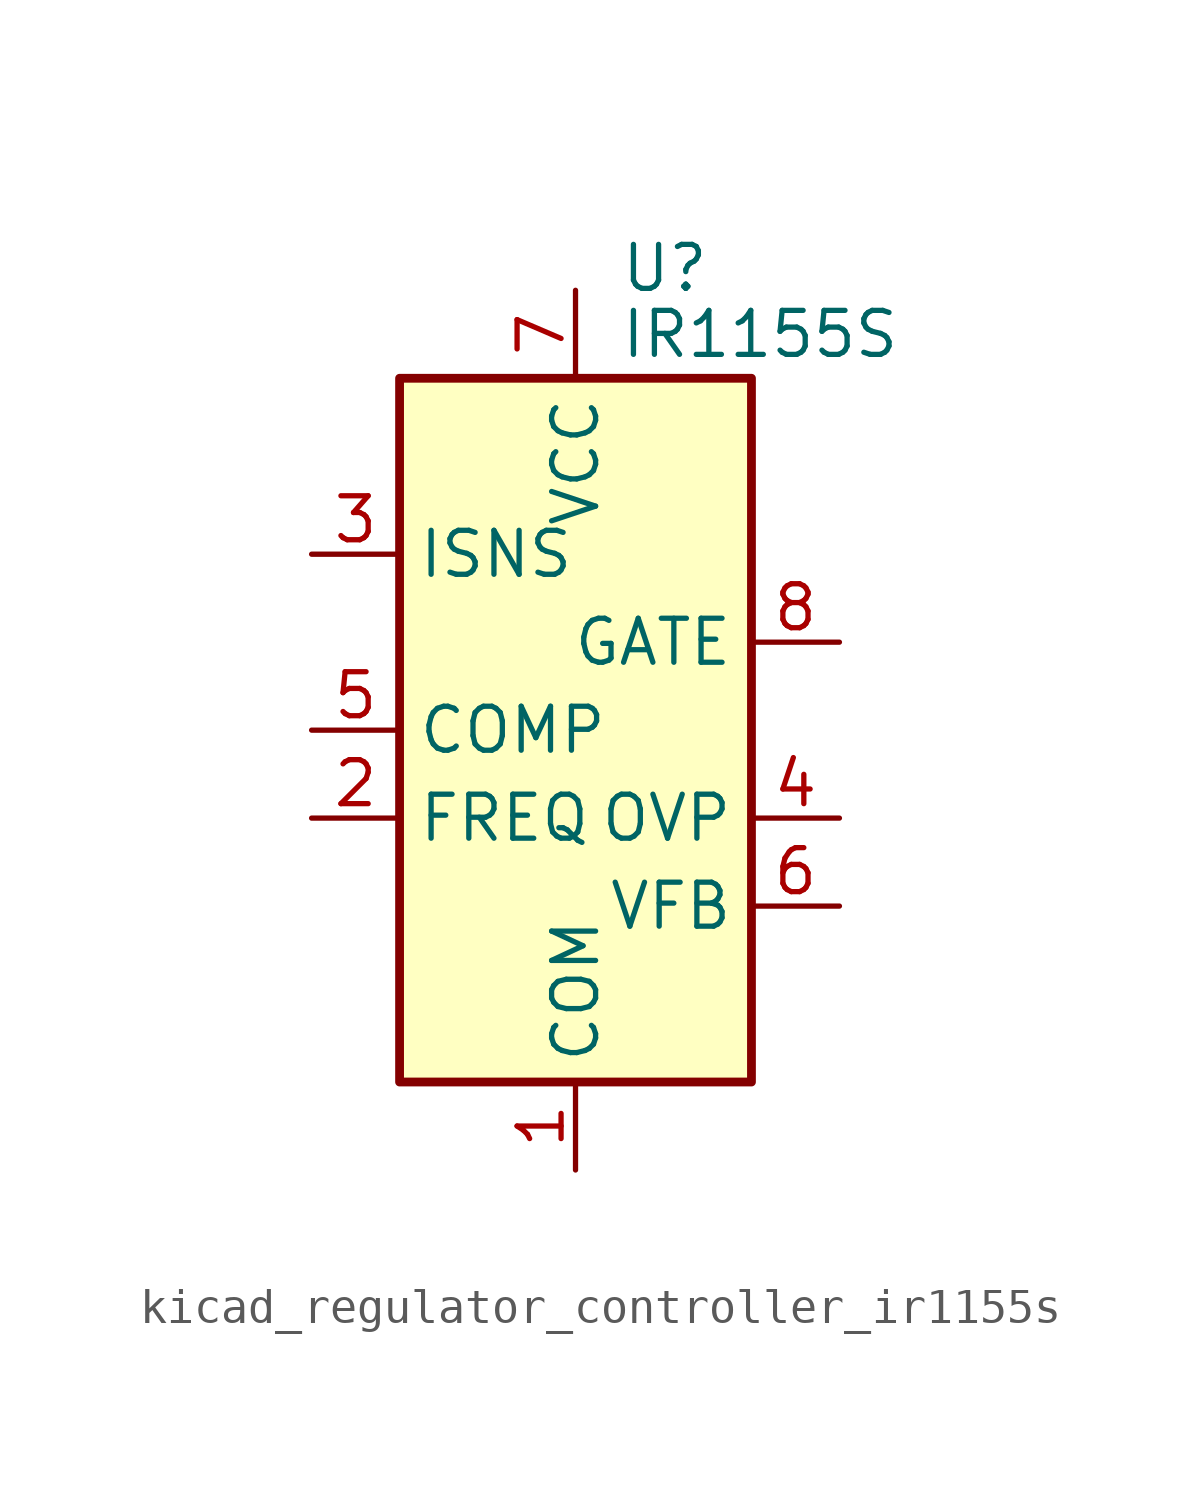
<source format=kicad_sym>
(kicad_symbol_lib
  (version 20220914)
  (generator kicad_symbol_editor)
  (symbol "kicad_regulator_controller_ir1155s"
    (property "Reference" "U"
      (at 1.27 13.335 0)
      (effects (font (size 1.27 1.27)) (justify left)))
    (property "Value" "IR1155S"
      (at 1.27 11.43 0)
      (effects (font (size 1.27 1.27)) (justify left)))
    (symbol "kicad_regulator_controller_ir1155s_0_1"
      (rectangle (start -5.08 -10.16) (end 5.08 10.16) (stroke (width 0.254) (type default)) (fill (type background))))
    (symbol "kicad_regulator_controller_ir1155s_1_1"
      (pin power_in line (at 0 -12.7 90) (length 2.54) (name "COM" (effects (font (size 1.27 1.27)))) (number "1" (effects (font (size 1.27 1.27)))))
      (pin passive line (at -7.62 -2.54 0) (length 2.54) (name "FREQ" (effects (font (size 1.27 1.27)))) (number "2" (effects (font (size 1.27 1.27)))))
      (pin passive line (at -7.62 5.08 0) (length 2.54) (name "ISNS" (effects (font (size 1.27 1.27)))) (number "3" (effects (font (size 1.27 1.27)))))
      (pin input line (at 7.62 -2.54 180) (length 2.54) (name "OVP" (effects (font (size 1.27 1.27)))) (number "4" (effects (font (size 1.27 1.27)))))
      (pin output line (at -7.62 0 0) (length 2.54) (name "COMP" (effects (font (size 1.27 1.27)))) (number "5" (effects (font (size 1.27 1.27)))))
      (pin input line (at 7.62 -5.08 180) (length 2.54) (name "VFB" (effects (font (size 1.27 1.27)))) (number "6" (effects (font (size 1.27 1.27)))))
      (pin power_in line (at 0 12.7 270) (length 2.54) (name "VCC" (effects (font (size 1.27 1.27)))) (number "7" (effects (font (size 1.27 1.27)))))
      (pin output line (at 7.62 2.54 180) (length 2.54) (name "GATE" (effects (font (size 1.27 1.27)))) (number "8" (effects (font (size 1.27 1.27))))))))
</source>
